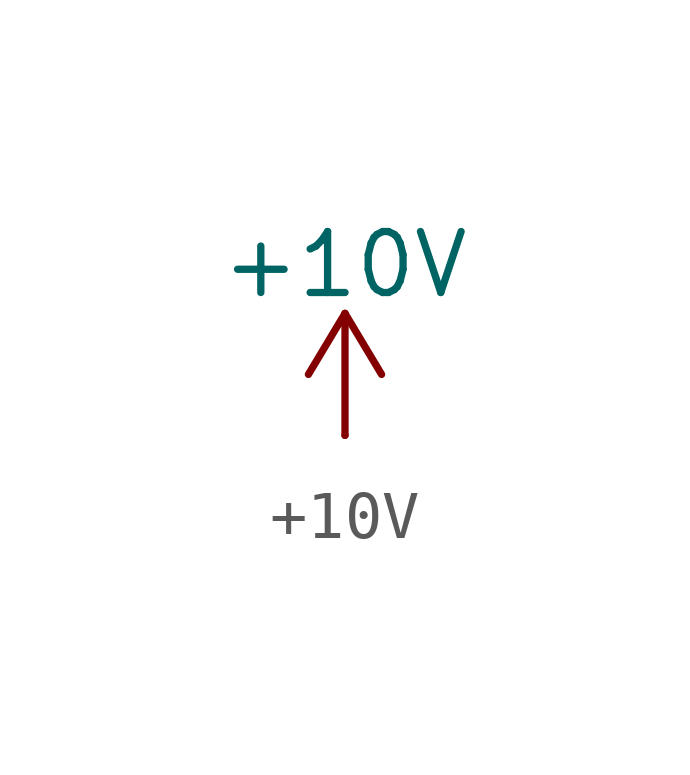
<source format=kicad_sym>
(kicad_symbol_lib
  (version 20231120)
  (generator "kicad_symbol_editor")
  (generator_version "8.0")
  (symbol "+10V"
    (power)
    (pin_numbers hide)
    (pin_names
      (offset 0) hide)
    (property "Reference" "#PWR"
      (at 0 -3.81 0)
      (effects (font (size 1.27 1.27)) (hide yes)))
    (property "Value" "+10V"
      (at 0 3.556 0)
      (effects (font (size 1.27 1.27))))
    (symbol "+10V_0_1"
      (polyline (pts (xy -0.762 1.27) (xy 0 2.54)) (stroke (width 0) (type default)) (fill (type none)))
      (polyline (pts (xy 0 0) (xy 0 2.54)) (stroke (width 0) (type default)) (fill (type none)))
      (polyline (pts (xy 0 2.54) (xy 0.762 1.27)) (stroke (width 0) (type default)) (fill (type none))))
    (symbol "+10V_1_1"
      (pin power_in line (at 0 0 90) (length 0) (name "~" (effects (font (size 1.27 1.27)))) (number "1" (effects (font (size 1.27 1.27))))))))
</source>
